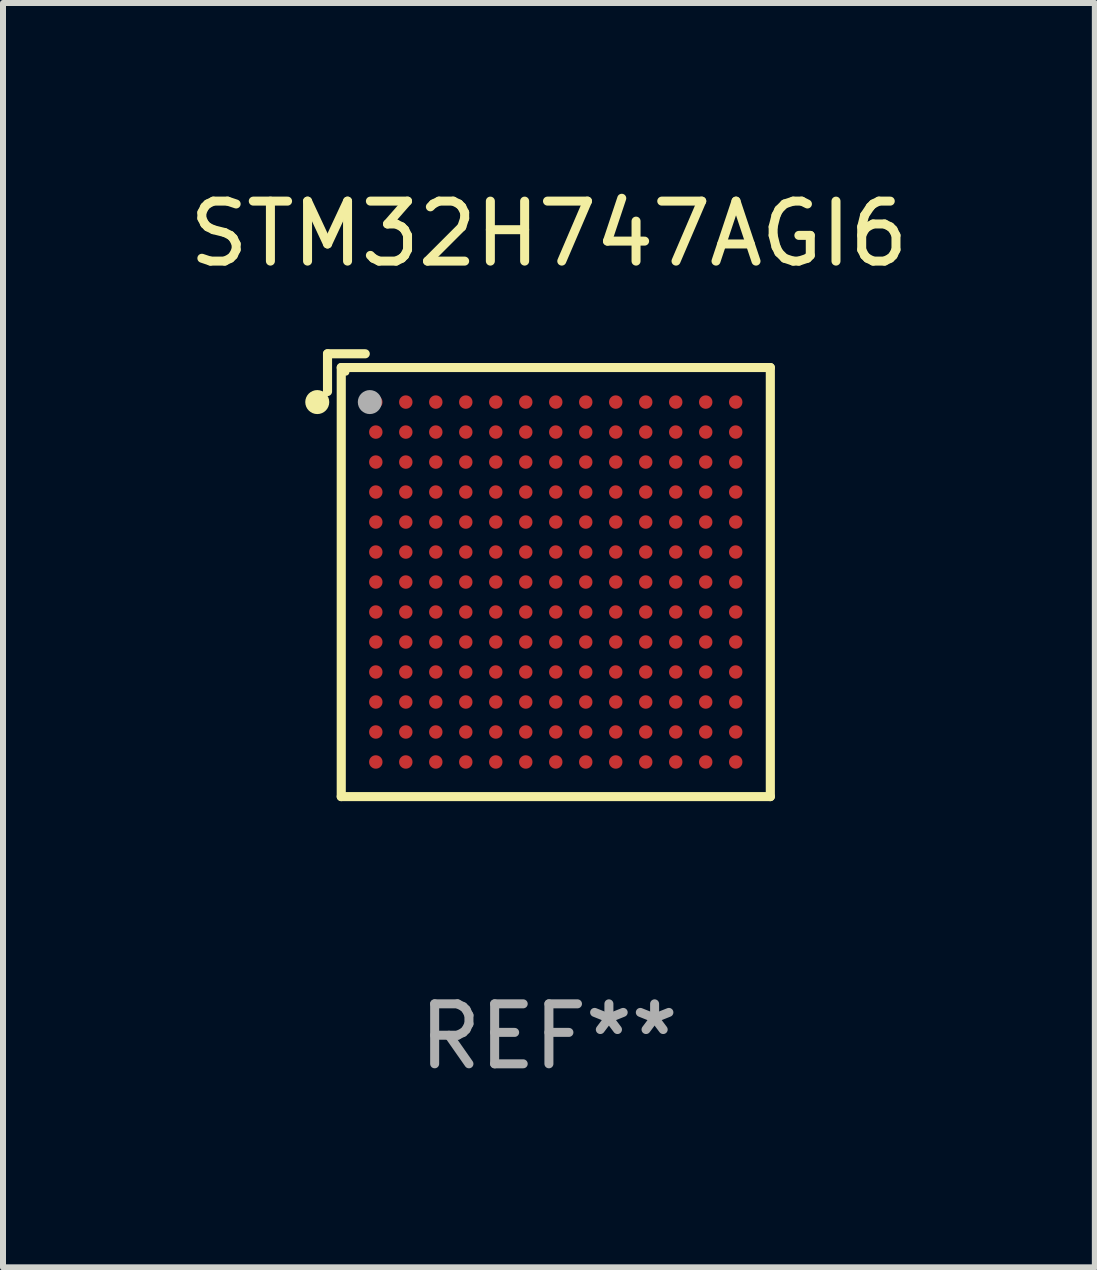
<source format=kicad_pcb>
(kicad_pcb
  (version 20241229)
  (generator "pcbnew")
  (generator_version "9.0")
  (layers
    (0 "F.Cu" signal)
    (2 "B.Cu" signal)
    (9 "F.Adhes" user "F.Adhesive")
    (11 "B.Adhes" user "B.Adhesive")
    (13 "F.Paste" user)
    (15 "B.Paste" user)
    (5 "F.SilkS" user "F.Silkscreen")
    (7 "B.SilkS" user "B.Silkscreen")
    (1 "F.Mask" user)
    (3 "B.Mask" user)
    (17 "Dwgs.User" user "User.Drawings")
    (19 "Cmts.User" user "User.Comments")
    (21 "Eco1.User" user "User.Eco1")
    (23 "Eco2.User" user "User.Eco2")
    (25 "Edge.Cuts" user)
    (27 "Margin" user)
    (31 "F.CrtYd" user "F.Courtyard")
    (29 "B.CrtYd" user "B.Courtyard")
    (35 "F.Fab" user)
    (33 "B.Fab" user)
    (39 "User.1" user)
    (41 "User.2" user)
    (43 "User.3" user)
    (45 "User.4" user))
  (footprint "STM32H747AGI6"
    (layer "F.Cu")
    (at 6.101 6.539)
    (property "Reference" "STM32H747AGI6" (at 0 -5.691 0) (layer "F.SilkS") (effects (font (size 1 1) (thickness 0.15))))
    (attr through_hole)
    (fp_line (start -3.691 -3.691) (end -3.691 -3.062) (stroke (width 0.152) (type solid)) (layer "F.SilkS"))
    (fp_line (start -3.462 -3.462) (end 3.691 -3.462) (stroke (width 0.152) (type solid)) (layer "F.SilkS"))
    (fp_line (start -3.462 3.691) (end -3.462 -3.462) (stroke (width 0.152) (type solid)) (layer "F.SilkS"))
    (fp_line (start -3.062 -3.691) (end -3.691 -3.691) (stroke (width 0.152) (type solid)) (layer "F.SilkS"))
    (fp_line (start 3.691 -3.462) (end 3.691 3.691) (stroke (width 0.152) (type solid)) (layer "F.SilkS"))
    (fp_line (start 3.691 3.691) (end -3.462 3.691) (stroke (width 0.152) (type solid)) (layer "F.SilkS"))
    (fp_circle (center -3.862 -2.886) (end -3.762 -2.886) (stroke (width 0.2) (type solid)) (fill no) (layer "F.SilkS"))
    (fp_circle (center -3.386 -3.386) (end -3.356 -3.386) (stroke (width 0.06) (type solid)) (fill no) (layer "F.SilkS"))
    (fp_circle (center -2.986 -2.886) (end -2.886 -2.886) (stroke (width 0.2) (type solid)) (fill no) (layer "F.Fab"))
    (fp_text user "REF**" (at 0 7.691 0) (layer "F.Fab") (effects (font (size 1 1) (thickness 0.15))))
    (pad "A1" smd circle (at -2.886 -2.886) (size 0.224 0.224) (layers "F.Cu" "F.Mask" "F.Paste"))
    (pad "A2" smd circle (at -2.386 -2.886) (size 0.224 0.224) (layers "F.Cu" "F.Mask" "F.Paste"))
    (pad "A3" smd circle (at -1.886 -2.886) (size 0.224 0.224) (layers "F.Cu" "F.Mask" "F.Paste"))
    (pad "A4" smd circle (at -1.386 -2.886) (size 0.224 0.224) (layers "F.Cu" "F.Mask" "F.Paste"))
    (pad "A5" smd circle (at -0.886 -2.886) (size 0.224 0.224) (layers "F.Cu" "F.Mask" "F.Paste"))
    (pad "A6" smd circle (at -0.386 -2.886) (size 0.224 0.224) (layers "F.Cu" "F.Mask" "F.Paste"))
    (pad "A7" smd circle (at 0.114 -2.886) (size 0.224 0.224) (layers "F.Cu" "F.Mask" "F.Paste"))
    (pad "A8" smd circle (at 0.614 -2.886) (size 0.224 0.224) (layers "F.Cu" "F.Mask" "F.Paste"))
    (pad "A9" smd circle (at 1.114 -2.886) (size 0.224 0.224) (layers "F.Cu" "F.Mask" "F.Paste"))
    (pad "A10" smd circle (at 1.614 -2.886) (size 0.224 0.224) (layers "F.Cu" "F.Mask" "F.Paste"))
    (pad "A11" smd circle (at 2.114 -2.886) (size 0.224 0.224) (layers "F.Cu" "F.Mask" "F.Paste"))
    (pad "A12" smd circle (at 2.614 -2.886) (size 0.224 0.224) (layers "F.Cu" "F.Mask" "F.Paste"))
    (pad "A13" smd circle (at 3.114 -2.886) (size 0.224 0.224) (layers "F.Cu" "F.Mask" "F.Paste"))
    (pad "B1" smd circle (at -2.886 -2.386) (size 0.224 0.224) (layers "F.Cu" "F.Mask" "F.Paste"))
    (pad "B2" smd circle (at -2.386 -2.386) (size 0.224 0.224) (layers "F.Cu" "F.Mask" "F.Paste"))
    (pad "B3" smd circle (at -1.886 -2.386) (size 0.224 0.224) (layers "F.Cu" "F.Mask" "F.Paste"))
    (pad "B4" smd circle (at -1.386 -2.386) (size 0.224 0.224) (layers "F.Cu" "F.Mask" "F.Paste"))
    (pad "B5" smd circle (at -0.886 -2.386) (size 0.224 0.224) (layers "F.Cu" "F.Mask" "F.Paste"))
    (pad "B6" smd circle (at -0.386 -2.386) (size 0.224 0.224) (layers "F.Cu" "F.Mask" "F.Paste"))
    (pad "B7" smd circle (at 0.114 -2.386) (size 0.224 0.224) (layers "F.Cu" "F.Mask" "F.Paste"))
    (pad "B8" smd circle (at 0.614 -2.386) (size 0.224 0.224) (layers "F.Cu" "F.Mask" "F.Paste"))
    (pad "B9" smd circle (at 1.114 -2.386) (size 0.224 0.224) (layers "F.Cu" "F.Mask" "F.Paste"))
    (pad "B10" smd circle (at 1.614 -2.386) (size 0.224 0.224) (layers "F.Cu" "F.Mask" "F.Paste"))
    (pad "B11" smd circle (at 2.114 -2.386) (size 0.224 0.224) (layers "F.Cu" "F.Mask" "F.Paste"))
    (pad "B12" smd circle (at 2.614 -2.386) (size 0.224 0.224) (layers "F.Cu" "F.Mask" "F.Paste"))
    (pad "B13" smd circle (at 3.114 -2.386) (size 0.224 0.224) (layers "F.Cu" "F.Mask" "F.Paste"))
    (pad "C1" smd circle (at -2.886 -1.886) (size 0.224 0.224) (layers "F.Cu" "F.Mask" "F.Paste"))
    (pad "C2" smd circle (at -2.386 -1.886) (size 0.224 0.224) (layers "F.Cu" "F.Mask" "F.Paste"))
    (pad "C3" smd circle (at -1.886 -1.886) (size 0.224 0.224) (layers "F.Cu" "F.Mask" "F.Paste"))
    (pad "C4" smd circle (at -1.386 -1.886) (size 0.224 0.224) (layers "F.Cu" "F.Mask" "F.Paste"))
    (pad "C5" smd circle (at -0.886 -1.886) (size 0.224 0.224) (layers "F.Cu" "F.Mask" "F.Paste"))
    (pad "C6" smd circle (at -0.386 -1.886) (size 0.224 0.224) (layers "F.Cu" "F.Mask" "F.Paste"))
    (pad "C7" smd circle (at 0.114 -1.886) (size 0.224 0.224) (layers "F.Cu" "F.Mask" "F.Paste"))
    (pad "C8" smd circle (at 0.614 -1.886) (size 0.224 0.224) (layers "F.Cu" "F.Mask" "F.Paste"))
    (pad "C9" smd circle (at 1.114 -1.886) (size 0.224 0.224) (layers "F.Cu" "F.Mask" "F.Paste"))
    (pad "C10" smd circle (at 1.614 -1.886) (size 0.224 0.224) (layers "F.Cu" "F.Mask" "F.Paste"))
    (pad "C11" smd circle (at 2.114 -1.886) (size 0.224 0.224) (layers "F.Cu" "F.Mask" "F.Paste"))
    (pad "C12" smd circle (at 2.614 -1.886) (size 0.224 0.224) (layers "F.Cu" "F.Mask" "F.Paste"))
    (pad "C13" smd circle (at 3.114 -1.886) (size 0.224 0.224) (layers "F.Cu" "F.Mask" "F.Paste"))
    (pad "D1" smd circle (at -2.886 -1.386) (size 0.224 0.224) (layers "F.Cu" "F.Mask" "F.Paste"))
    (pad "D2" smd circle (at -2.386 -1.386) (size 0.224 0.224) (layers "F.Cu" "F.Mask" "F.Paste"))
    (pad "D3" smd circle (at -1.886 -1.386) (size 0.224 0.224) (layers "F.Cu" "F.Mask" "F.Paste"))
    (pad "D4" smd circle (at -1.386 -1.386) (size 0.224 0.224) (layers "F.Cu" "F.Mask" "F.Paste"))
    (pad "D5" smd circle (at -0.886 -1.386) (size 0.224 0.224) (layers "F.Cu" "F.Mask" "F.Paste"))
    (pad "D6" smd circle (at -0.386 -1.386) (size 0.224 0.224) (layers "F.Cu" "F.Mask" "F.Paste"))
    (pad "D7" smd circle (at 0.114 -1.386) (size 0.224 0.224) (layers "F.Cu" "F.Mask" "F.Paste"))
    (pad "D8" smd circle (at 0.614 -1.386) (size 0.224 0.224) (layers "F.Cu" "F.Mask" "F.Paste"))
    (pad "D9" smd circle (at 1.114 -1.386) (size 0.224 0.224) (layers "F.Cu" "F.Mask" "F.Paste"))
    (pad "D10" smd circle (at 1.614 -1.386) (size 0.224 0.224) (layers "F.Cu" "F.Mask" "F.Paste"))
    (pad "D11" smd circle (at 2.114 -1.386) (size 0.224 0.224) (layers "F.Cu" "F.Mask" "F.Paste"))
    (pad "D12" smd circle (at 2.614 -1.386) (size 0.224 0.224) (layers "F.Cu" "F.Mask" "F.Paste"))
    (pad "D13" smd circle (at 3.114 -1.386) (size 0.224 0.224) (layers "F.Cu" "F.Mask" "F.Paste"))
    (pad "E1" smd circle (at -2.886 -0.886) (size 0.224 0.224) (layers "F.Cu" "F.Mask" "F.Paste"))
    (pad "E2" smd circle (at -2.386 -0.886) (size 0.224 0.224) (layers "F.Cu" "F.Mask" "F.Paste"))
    (pad "E3" smd circle (at -1.886 -0.886) (size 0.224 0.224) (layers "F.Cu" "F.Mask" "F.Paste"))
    (pad "E4" smd circle (at -1.386 -0.886) (size 0.224 0.224) (layers "F.Cu" "F.Mask" "F.Paste"))
    (pad "E5" smd circle (at -0.886 -0.886) (size 0.224 0.224) (layers "F.Cu" "F.Mask" "F.Paste"))
    (pad "E6" smd circle (at -0.386 -0.886) (size 0.224 0.224) (layers "F.Cu" "F.Mask" "F.Paste"))
    (pad "E7" smd circle (at 0.114 -0.886) (size 0.224 0.224) (layers "F.Cu" "F.Mask" "F.Paste"))
    (pad "E8" smd circle (at 0.614 -0.886) (size 0.224 0.224) (layers "F.Cu" "F.Mask" "F.Paste"))
    (pad "E9" smd circle (at 1.114 -0.886) (size 0.224 0.224) (layers "F.Cu" "F.Mask" "F.Paste"))
    (pad "E10" smd circle (at 1.614 -0.886) (size 0.224 0.224) (layers "F.Cu" "F.Mask" "F.Paste"))
    (pad "E11" smd circle (at 2.114 -0.886) (size 0.224 0.224) (layers "F.Cu" "F.Mask" "F.Paste"))
    (pad "E12" smd circle (at 2.614 -0.886) (size 0.224 0.224) (layers "F.Cu" "F.Mask" "F.Paste"))
    (pad "E13" smd circle (at 3.114 -0.886) (size 0.224 0.224) (layers "F.Cu" "F.Mask" "F.Paste"))
    (pad "F1" smd circle (at -2.886 -0.386) (size 0.224 0.224) (layers "F.Cu" "F.Mask" "F.Paste"))
    (pad "F2" smd circle (at -2.386 -0.386) (size 0.224 0.224) (layers "F.Cu" "F.Mask" "F.Paste"))
    (pad "F3" smd circle (at -1.886 -0.386) (size 0.224 0.224) (layers "F.Cu" "F.Mask" "F.Paste"))
    (pad "F4" smd circle (at -1.386 -0.386) (size 0.224 0.224) (layers "F.Cu" "F.Mask" "F.Paste"))
    (pad "F5" smd circle (at -0.886 -0.386) (size 0.224 0.224) (layers "F.Cu" "F.Mask" "F.Paste"))
    (pad "F6" smd circle (at -0.386 -0.386) (size 0.224 0.224) (layers "F.Cu" "F.Mask" "F.Paste"))
    (pad "F7" smd circle (at 0.114 -0.386) (size 0.224 0.224) (layers "F.Cu" "F.Mask" "F.Paste"))
    (pad "F8" smd circle (at 0.614 -0.386) (size 0.224 0.224) (layers "F.Cu" "F.Mask" "F.Paste"))
    (pad "F9" smd circle (at 1.114 -0.386) (size 0.224 0.224) (layers "F.Cu" "F.Mask" "F.Paste"))
    (pad "F10" smd circle (at 1.614 -0.386) (size 0.224 0.224) (layers "F.Cu" "F.Mask" "F.Paste"))
    (pad "F11" smd circle (at 2.114 -0.386) (size 0.224 0.224) (layers "F.Cu" "F.Mask" "F.Paste"))
    (pad "F12" smd circle (at 2.614 -0.386) (size 0.224 0.224) (layers "F.Cu" "F.Mask" "F.Paste"))
    (pad "F13" smd circle (at 3.114 -0.386) (size 0.224 0.224) (layers "F.Cu" "F.Mask" "F.Paste"))
    (pad "G1" smd circle (at -2.886 0.114) (size 0.224 0.224) (layers "F.Cu" "F.Mask" "F.Paste"))
    (pad "G2" smd circle (at -2.386 0.114) (size 0.224 0.224) (layers "F.Cu" "F.Mask" "F.Paste"))
    (pad "G3" smd circle (at -1.886 0.114) (size 0.224 0.224) (layers "F.Cu" "F.Mask" "F.Paste"))
    (pad "G4" smd circle (at -1.386 0.114) (size 0.224 0.224) (layers "F.Cu" "F.Mask" "F.Paste"))
    (pad "G5" smd circle (at -0.886 0.114) (size 0.224 0.224) (layers "F.Cu" "F.Mask" "F.Paste"))
    (pad "G6" smd circle (at -0.386 0.114) (size 0.224 0.224) (layers "F.Cu" "F.Mask" "F.Paste"))
    (pad "G7" smd circle (at 0.114 0.114) (size 0.224 0.224) (layers "F.Cu" "F.Mask" "F.Paste"))
    (pad "G8" smd circle (at 0.614 0.114) (size 0.224 0.224) (layers "F.Cu" "F.Mask" "F.Paste"))
    (pad "G9" smd circle (at 1.114 0.114) (size 0.224 0.224) (layers "F.Cu" "F.Mask" "F.Paste"))
    (pad "G10" smd circle (at 1.614 0.114) (size 0.224 0.224) (layers "F.Cu" "F.Mask" "F.Paste"))
    (pad "G11" smd circle (at 2.114 0.114) (size 0.224 0.224) (layers "F.Cu" "F.Mask" "F.Paste"))
    (pad "G12" smd circle (at 2.614 0.114) (size 0.224 0.224) (layers "F.Cu" "F.Mask" "F.Paste"))
    (pad "G13" smd circle (at 3.114 0.114) (size 0.224 0.224) (layers "F.Cu" "F.Mask" "F.Paste"))
    (pad "H1" smd circle (at -2.886 0.614) (size 0.224 0.224) (layers "F.Cu" "F.Mask" "F.Paste"))
    (pad "H2" smd circle (at -2.386 0.614) (size 0.224 0.224) (layers "F.Cu" "F.Mask" "F.Paste"))
    (pad "H3" smd circle (at -1.886 0.614) (size 0.224 0.224) (layers "F.Cu" "F.Mask" "F.Paste"))
    (pad "H4" smd circle (at -1.386 0.614) (size 0.224 0.224) (layers "F.Cu" "F.Mask" "F.Paste"))
    (pad "H5" smd circle (at -0.886 0.614) (size 0.224 0.224) (layers "F.Cu" "F.Mask" "F.Paste"))
    (pad "H6" smd circle (at -0.386 0.614) (size 0.224 0.224) (layers "F.Cu" "F.Mask" "F.Paste"))
    (pad "H7" smd circle (at 0.114 0.614) (size 0.224 0.224) (layers "F.Cu" "F.Mask" "F.Paste"))
    (pad "H8" smd circle (at 0.614 0.614) (size 0.224 0.224) (layers "F.Cu" "F.Mask" "F.Paste"))
    (pad "H9" smd circle (at 1.114 0.614) (size 0.224 0.224) (layers "F.Cu" "F.Mask" "F.Paste"))
    (pad "H10" smd circle (at 1.614 0.614) (size 0.224 0.224) (layers "F.Cu" "F.Mask" "F.Paste"))
    (pad "H11" smd circle (at 2.114 0.614) (size 0.224 0.224) (layers "F.Cu" "F.Mask" "F.Paste"))
    (pad "H12" smd circle (at 2.614 0.614) (size 0.224 0.224) (layers "F.Cu" "F.Mask" "F.Paste"))
    (pad "H13" smd circle (at 3.114 0.614) (size 0.224 0.224) (layers "F.Cu" "F.Mask" "F.Paste"))
    (pad "J1" smd circle (at -2.886 1.114) (size 0.224 0.224) (layers "F.Cu" "F.Mask" "F.Paste"))
    (pad "J2" smd circle (at -2.386 1.114) (size 0.224 0.224) (layers "F.Cu" "F.Mask" "F.Paste"))
    (pad "J3" smd circle (at -1.886 1.114) (size 0.224 0.224) (layers "F.Cu" "F.Mask" "F.Paste"))
    (pad "J4" smd circle (at -1.386 1.114) (size 0.224 0.224) (layers "F.Cu" "F.Mask" "F.Paste"))
    (pad "J5" smd circle (at -0.886 1.114) (size 0.224 0.224) (layers "F.Cu" "F.Mask" "F.Paste"))
    (pad "J6" smd circle (at -0.386 1.114) (size 0.224 0.224) (layers "F.Cu" "F.Mask" "F.Paste"))
    (pad "J7" smd circle (at 0.114 1.114) (size 0.224 0.224) (layers "F.Cu" "F.Mask" "F.Paste"))
    (pad "J8" smd circle (at 0.614 1.114) (size 0.224 0.224) (layers "F.Cu" "F.Mask" "F.Paste"))
    (pad "J9" smd circle (at 1.114 1.114) (size 0.224 0.224) (layers "F.Cu" "F.Mask" "F.Paste"))
    (pad "J10" smd circle (at 1.614 1.114) (size 0.224 0.224) (layers "F.Cu" "F.Mask" "F.Paste"))
    (pad "J11" smd circle (at 2.114 1.114) (size 0.224 0.224) (layers "F.Cu" "F.Mask" "F.Paste"))
    (pad "J12" smd circle (at 2.614 1.114) (size 0.224 0.224) (layers "F.Cu" "F.Mask" "F.Paste"))
    (pad "J13" smd circle (at 3.114 1.114) (size 0.224 0.224) (layers "F.Cu" "F.Mask" "F.Paste"))
    (pad "K1" smd circle (at -2.886 1.614) (size 0.224 0.224) (layers "F.Cu" "F.Mask" "F.Paste"))
    (pad "K2" smd circle (at -2.386 1.614) (size 0.224 0.224) (layers "F.Cu" "F.Mask" "F.Paste"))
    (pad "K3" smd circle (at -1.886 1.614) (size 0.224 0.224) (layers "F.Cu" "F.Mask" "F.Paste"))
    (pad "K4" smd circle (at -1.386 1.614) (size 0.224 0.224) (layers "F.Cu" "F.Mask" "F.Paste"))
    (pad "K5" smd circle (at -0.886 1.614) (size 0.224 0.224) (layers "F.Cu" "F.Mask" "F.Paste"))
    (pad "K6" smd circle (at -0.386 1.614) (size 0.224 0.224) (layers "F.Cu" "F.Mask" "F.Paste"))
    (pad "K7" smd circle (at 0.114 1.614) (size 0.224 0.224) (layers "F.Cu" "F.Mask" "F.Paste"))
    (pad "K8" smd circle (at 0.614 1.614) (size 0.224 0.224) (layers "F.Cu" "F.Mask" "F.Paste"))
    (pad "K9" smd circle (at 1.114 1.614) (size 0.224 0.224) (layers "F.Cu" "F.Mask" "F.Paste"))
    (pad "K10" smd circle (at 1.614 1.614) (size 0.224 0.224) (layers "F.Cu" "F.Mask" "F.Paste"))
    (pad "K11" smd circle (at 2.114 1.614) (size 0.224 0.224) (layers "F.Cu" "F.Mask" "F.Paste"))
    (pad "K12" smd circle (at 2.614 1.614) (size 0.224 0.224) (layers "F.Cu" "F.Mask" "F.Paste"))
    (pad "K13" smd circle (at 3.114 1.614) (size 0.224 0.224) (layers "F.Cu" "F.Mask" "F.Paste"))
    (pad "L1" smd circle (at -2.886 2.114) (size 0.224 0.224) (layers "F.Cu" "F.Mask" "F.Paste"))
    (pad "L2" smd circle (at -2.386 2.114) (size 0.224 0.224) (layers "F.Cu" "F.Mask" "F.Paste"))
    (pad "L3" smd circle (at -1.886 2.114) (size 0.224 0.224) (layers "F.Cu" "F.Mask" "F.Paste"))
    (pad "L4" smd circle (at -1.386 2.114) (size 0.224 0.224) (layers "F.Cu" "F.Mask" "F.Paste"))
    (pad "L5" smd circle (at -0.886 2.114) (size 0.224 0.224) (layers "F.Cu" "F.Mask" "F.Paste"))
    (pad "L6" smd circle (at -0.386 2.114) (size 0.224 0.224) (layers "F.Cu" "F.Mask" "F.Paste"))
    (pad "L7" smd circle (at 0.114 2.114) (size 0.224 0.224) (layers "F.Cu" "F.Mask" "F.Paste"))
    (pad "L8" smd circle (at 0.614 2.114) (size 0.224 0.224) (layers "F.Cu" "F.Mask" "F.Paste"))
    (pad "L9" smd circle (at 1.114 2.114) (size 0.224 0.224) (layers "F.Cu" "F.Mask" "F.Paste"))
    (pad "L10" smd circle (at 1.614 2.114) (size 0.224 0.224) (layers "F.Cu" "F.Mask" "F.Paste"))
    (pad "L11" smd circle (at 2.114 2.114) (size 0.224 0.224) (layers "F.Cu" "F.Mask" "F.Paste"))
    (pad "L12" smd circle (at 2.614 2.114) (size 0.224 0.224) (layers "F.Cu" "F.Mask" "F.Paste"))
    (pad "L13" smd circle (at 3.114 2.114) (size 0.224 0.224) (layers "F.Cu" "F.Mask" "F.Paste"))
    (pad "M1" smd circle (at -2.886 2.614) (size 0.224 0.224) (layers "F.Cu" "F.Mask" "F.Paste"))
    (pad "M2" smd circle (at -2.386 2.614) (size 0.224 0.224) (layers "F.Cu" "F.Mask" "F.Paste"))
    (pad "M3" smd circle (at -1.886 2.614) (size 0.224 0.224) (layers "F.Cu" "F.Mask" "F.Paste"))
    (pad "M4" smd circle (at -1.386 2.614) (size 0.224 0.224) (layers "F.Cu" "F.Mask" "F.Paste"))
    (pad "M5" smd circle (at -0.886 2.614) (size 0.224 0.224) (layers "F.Cu" "F.Mask" "F.Paste"))
    (pad "M6" smd circle (at -0.386 2.614) (size 0.224 0.224) (layers "F.Cu" "F.Mask" "F.Paste"))
    (pad "M7" smd circle (at 0.114 2.614) (size 0.224 0.224) (layers "F.Cu" "F.Mask" "F.Paste"))
    (pad "M8" smd circle (at 0.614 2.614) (size 0.224 0.224) (layers "F.Cu" "F.Mask" "F.Paste"))
    (pad "M9" smd circle (at 1.114 2.614) (size 0.224 0.224) (layers "F.Cu" "F.Mask" "F.Paste"))
    (pad "M10" smd circle (at 1.614 2.614) (size 0.224 0.224) (layers "F.Cu" "F.Mask" "F.Paste"))
    (pad "M11" smd circle (at 2.114 2.614) (size 0.224 0.224) (layers "F.Cu" "F.Mask" "F.Paste"))
    (pad "M12" smd circle (at 2.614 2.614) (size 0.224 0.224) (layers "F.Cu" "F.Mask" "F.Paste"))
    (pad "M13" smd circle (at 3.114 2.614) (size 0.224 0.224) (layers "F.Cu" "F.Mask" "F.Paste"))
    (pad "N1" smd circle (at -2.886 3.114) (size 0.224 0.224) (layers "F.Cu" "F.Mask" "F.Paste"))
    (pad "N2" smd circle (at -2.386 3.114) (size 0.224 0.224) (layers "F.Cu" "F.Mask" "F.Paste"))
    (pad "N3" smd circle (at -1.886 3.114) (size 0.224 0.224) (layers "F.Cu" "F.Mask" "F.Paste"))
    (pad "N4" smd circle (at -1.386 3.114) (size 0.224 0.224) (layers "F.Cu" "F.Mask" "F.Paste"))
    (pad "N5" smd circle (at -0.886 3.114) (size 0.224 0.224) (layers "F.Cu" "F.Mask" "F.Paste"))
    (pad "N6" smd circle (at -0.386 3.114) (size 0.224 0.224) (layers "F.Cu" "F.Mask" "F.Paste"))
    (pad "N7" smd circle (at 0.114 3.114) (size 0.224 0.224) (layers "F.Cu" "F.Mask" "F.Paste"))
    (pad "N8" smd circle (at 0.614 3.114) (size 0.224 0.224) (layers "F.Cu" "F.Mask" "F.Paste"))
    (pad "N9" smd circle (at 1.114 3.114) (size 0.224 0.224) (layers "F.Cu" "F.Mask" "F.Paste"))
    (pad "N10" smd circle (at 1.614 3.114) (size 0.224 0.224) (layers "F.Cu" "F.Mask" "F.Paste"))
    (pad "N11" smd circle (at 2.114 3.114) (size 0.224 0.224) (layers "F.Cu" "F.Mask" "F.Paste"))
    (pad "N12" smd circle (at 2.614 3.114) (size 0.224 0.224) (layers "F.Cu" "F.Mask" "F.Paste"))
    (pad "N13" smd circle (at 3.114 3.114) (size 0.224 0.224) (layers "F.Cu" "F.Mask" "F.Paste")))
  (gr_rect
    (start -3 -3)
    (end 15.202 18.078)
    (stroke (width 0.1) (type default))
    (fill no)
    (layer "Edge.Cuts")))
</source>
